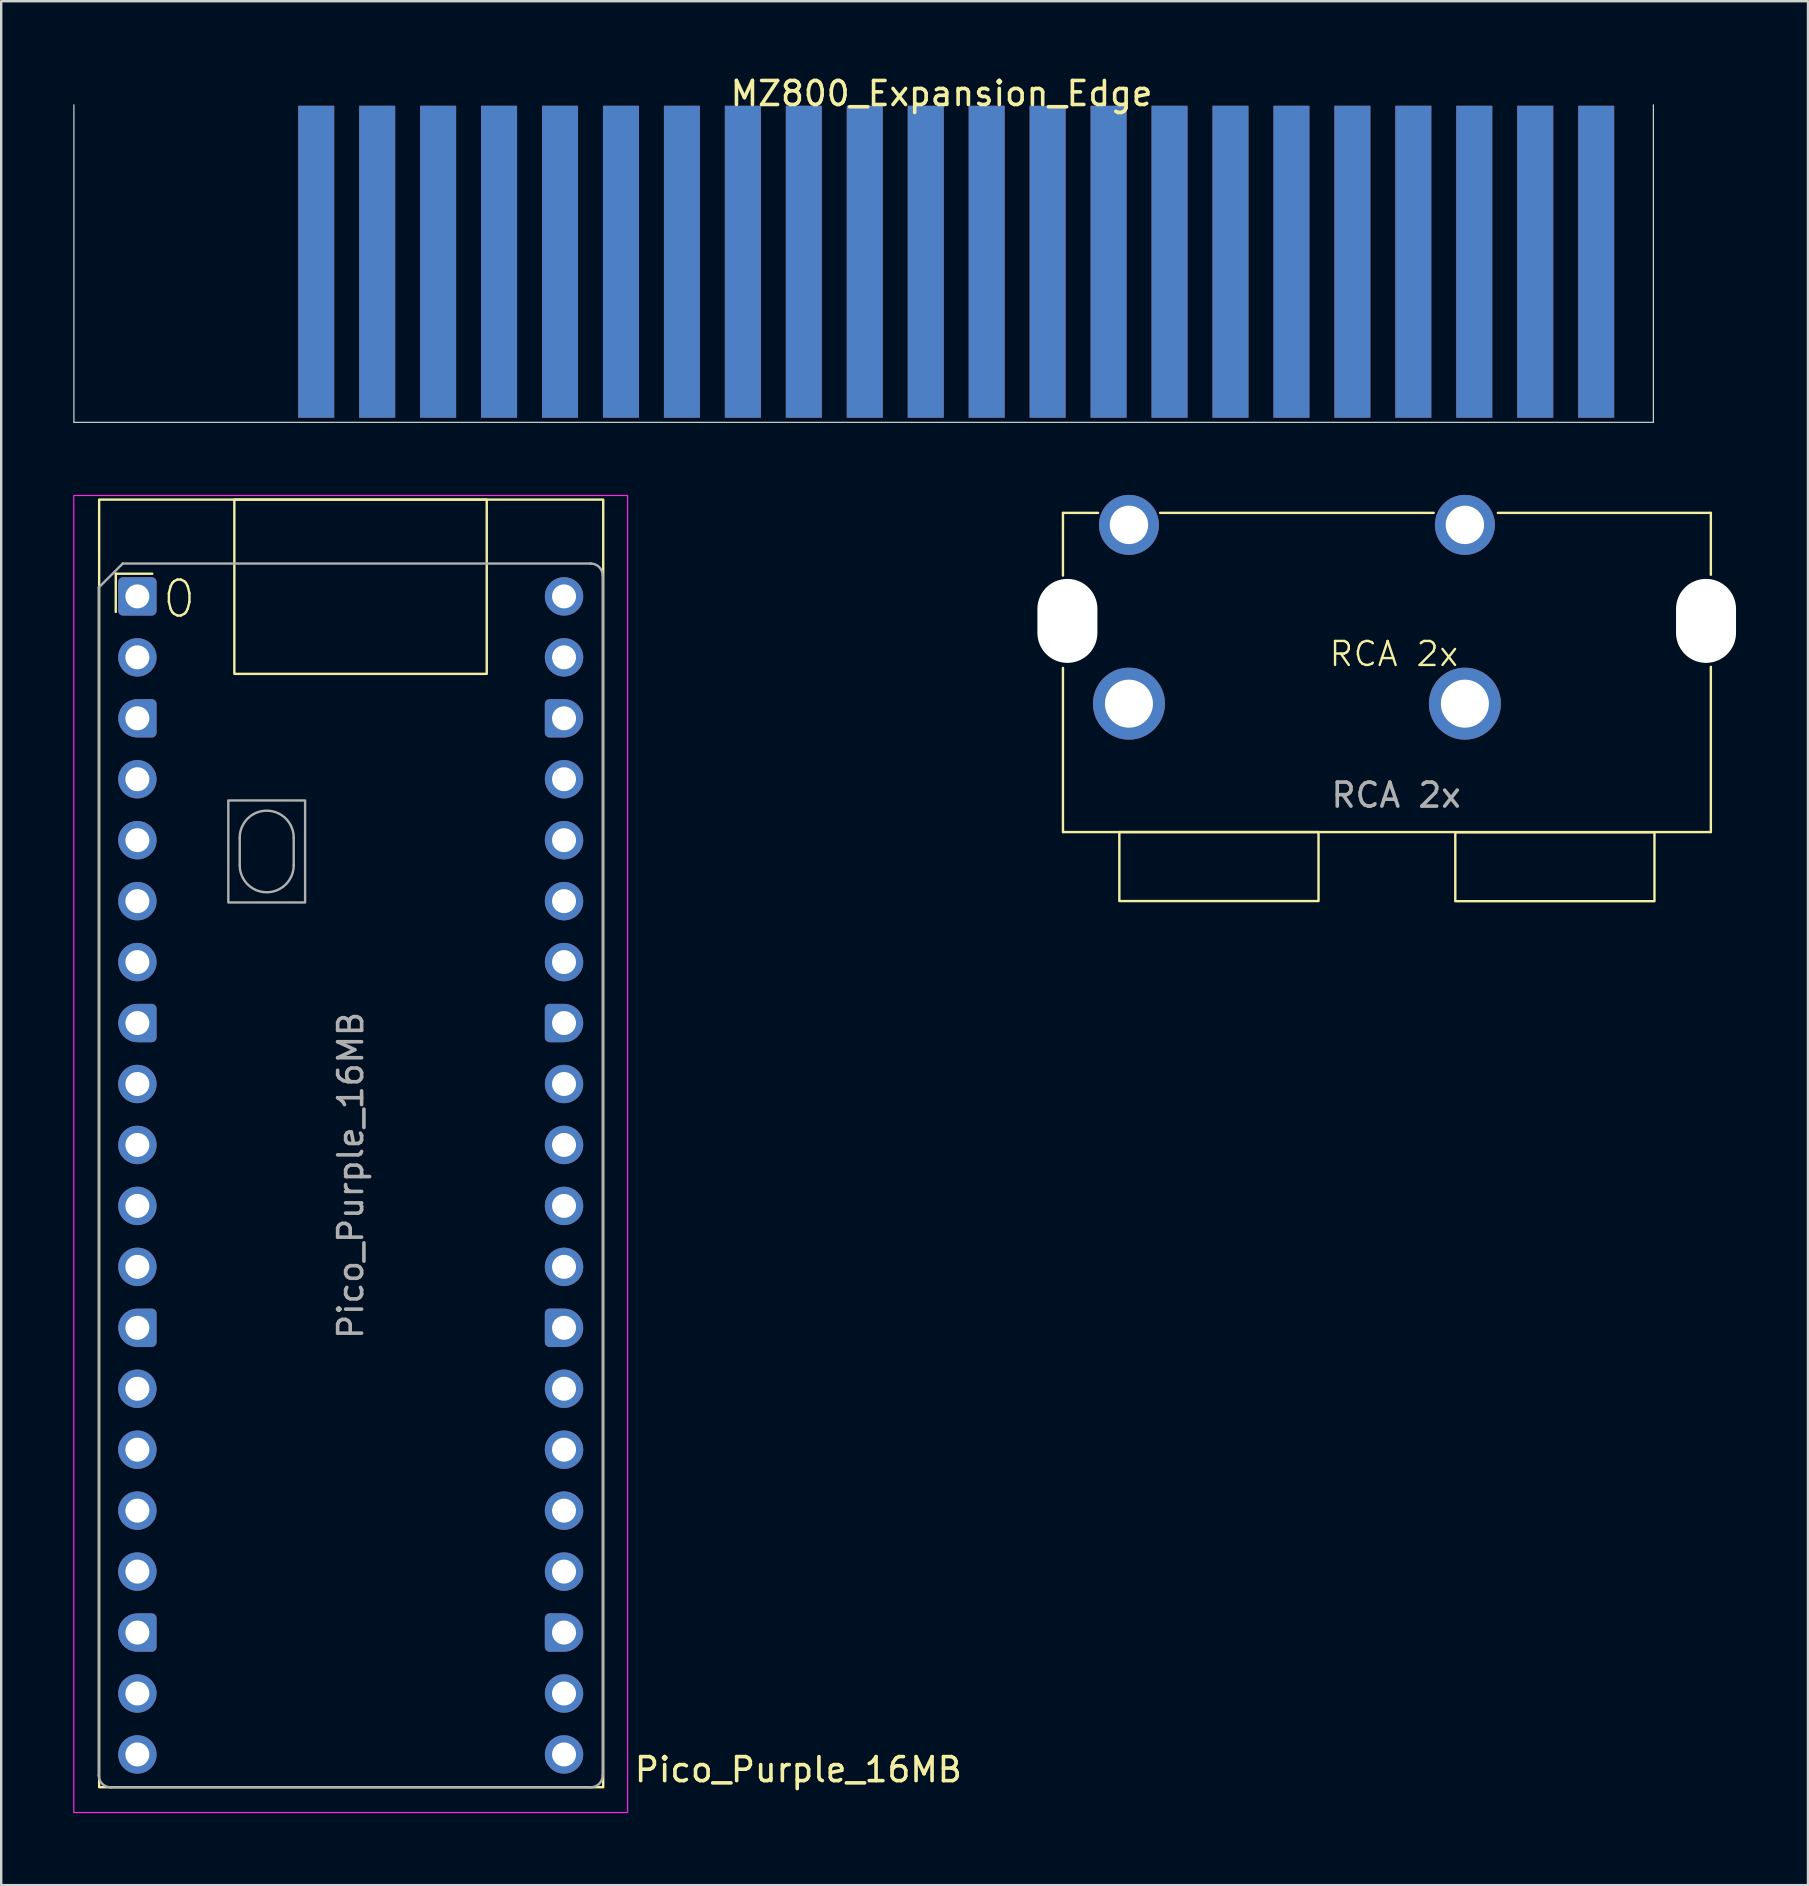
<source format=kicad_pcb>
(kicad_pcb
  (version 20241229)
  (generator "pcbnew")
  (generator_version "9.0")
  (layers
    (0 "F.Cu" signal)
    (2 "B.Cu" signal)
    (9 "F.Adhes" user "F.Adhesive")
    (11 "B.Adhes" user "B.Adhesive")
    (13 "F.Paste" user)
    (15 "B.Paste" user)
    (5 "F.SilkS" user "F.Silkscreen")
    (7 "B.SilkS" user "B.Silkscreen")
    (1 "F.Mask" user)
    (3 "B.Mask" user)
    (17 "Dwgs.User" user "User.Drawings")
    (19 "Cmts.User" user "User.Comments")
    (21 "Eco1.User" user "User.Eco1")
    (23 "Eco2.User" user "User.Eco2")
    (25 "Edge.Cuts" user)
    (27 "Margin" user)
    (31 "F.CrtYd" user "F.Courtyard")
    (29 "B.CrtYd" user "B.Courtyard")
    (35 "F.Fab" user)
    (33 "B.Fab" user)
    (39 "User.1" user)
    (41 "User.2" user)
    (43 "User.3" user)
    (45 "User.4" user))
  (footprint "Pico_Purple_16MB"
    (layer "F.Cu")
    (at 2.675 21.804)
    (property "Reference" "Pico_Purple_16MB" (at 20.637 48.895 0) (unlocked yes) (layer "F.SilkS") (effects (font (size 1 1) (thickness 0.15)) (justify left)))
    (attr through_hole)
    (fp_line (start -0.901 0.646) (end -0.899 -0.944) (stroke (width 0.1) (type default)) (layer "F.SilkS"))
    (fp_line (start -0.899 -0.944) (end 0.621 -0.944) (stroke (width 0.1) (type default)) (layer "F.SilkS"))
    (fp_rect (start -1.593 -4.034) (end 19.413 49.626) (stroke (width 0.1) (type default)) (fill no) (layer "F.SilkS"))
    (fp_rect (start 4.041 -4.034) (end 14.559 3.227) (stroke (width 0.1) (type default)) (fill no) (layer "F.SilkS"))
    (fp_poly (pts (xy 4.39 -4.205) (xy 13.39 -4.205) (xy 20.43 -4.205) (xy 20.43 50.68) (xy -2.65 50.68) (xy -2.65 -4.205) (xy 4.39 -4.205)) (stroke (width 0.05) (type solid)) (fill no) (layer "F.CrtYd"))
    (fp_line (start -1.61 -0.37) (end -0.61 -1.37) (stroke (width 0.1) (type solid)) (layer "F.Fab"))
    (fp_line (start -1.61 49.13) (end -1.61 -0.37) (stroke (width 0.1) (type solid)) (layer "F.Fab"))
    (fp_line (start -0.61 -1.37) (end 18.89 -1.37) (stroke (width 0.1) (type solid)) (layer "F.Fab"))
    (fp_line (start 4.265 10.055) (end 4.265 11.205) (stroke (width 0.1) (type solid)) (layer "F.Fab"))
    (fp_line (start 6.515 10.055) (end 6.515 11.205) (stroke (width 0.1) (type solid)) (layer "F.Fab"))
    (fp_line (start 18.89 49.63) (end -1.11 49.63) (stroke (width 0.1) (type solid)) (layer "F.Fab"))
    (fp_line (start 19.39 -0.87) (end 19.39 49.13) (stroke (width 0.1) (type solid)) (layer "F.Fab"))
    (fp_rect (start 3.79 8.505) (end 6.99 12.755) (stroke (width 0.1) (type solid)) (fill no) (layer "F.Fab"))
    (fp_arc (start -1.11 49.63) (mid -1.463553 49.483553) (end -1.61 49.13) (stroke (width 0.1) (type solid)) (layer "F.Fab"))
    (fp_arc (start 4.265 10.055) (mid 5.39 8.93) (end 6.515 10.055) (stroke (width 0.1) (type solid)) (layer "F.Fab"))
    (fp_arc (start 6.515 11.205) (mid 5.39 12.33) (end 4.265 11.205) (stroke (width 0.1) (type solid)) (layer "F.Fab"))
    (fp_arc (start 18.89 -1.37) (mid 19.243553 -1.223553) (end 19.39 -0.87) (stroke (width 0.1) (type solid)) (layer "F.Fab"))
    (fp_arc (start 19.39 49.13) (mid 19.243553 49.483553) (end 18.89 49.63) (stroke (width 0.1) (type solid)) (layer "F.Fab"))
    (fp_text user "0" (at 0.961 0.985 0) (unlocked yes) (layer "F.SilkS") (effects (font (size 1.5 1.5) (thickness 0.1)) (justify left bottom)))
    (fp_text user "${REFERENCE}" (at 8.89 24.13 90) (layer "F.Fab") (effects (font (size 1 1) (thickness 0.15))))
    (pad "1" thru_hole roundrect (at 0 0) (size 1.6 1.6) (drill 1) (layers "*.Cu" "*.Mask") (roundrect_rratio 0.125))
    (pad "2" thru_hole circle (at 0 2.54) (size 1.6 1.6) (drill 1) (layers "*.Cu" "*.Mask"))
    (pad "3" thru_hole custom (at 0 5.08) (size 1.6 1.6) (drill 1) (layers "*.Cu" "*.Mask") (options (anchor circle)) (primitives (gr_poly (pts (xy 0.8 0.6) (xy 0.8 -0.6) (xy 0.6 -0.8) (xy 0 -0.8) (xy 0 0.8) (xy 0.6 0.8)) (width 0) (fill yes)) (gr_circle (center 0.6 0.6) (end 0.8 0.6) (width 0) (fill yes)) (gr_circle (center 0.6 -0.6) (end 0.8 -0.6) (width 0) (fill yes))))
    (pad "4" thru_hole circle (at 0 7.62) (size 1.6 1.6) (drill 1) (layers "*.Cu" "*.Mask"))
    (pad "5" thru_hole circle (at 0 10.16) (size 1.6 1.6) (drill 1) (layers "*.Cu" "*.Mask"))
    (pad "6" thru_hole circle (at 0 12.7) (size 1.6 1.6) (drill 1) (layers "*.Cu" "*.Mask"))
    (pad "7" thru_hole circle (at 0 15.24) (size 1.6 1.6) (drill 1) (layers "*.Cu" "*.Mask"))
    (pad "8" thru_hole custom (at 0 17.78) (size 1.6 1.6) (drill 1) (layers "*.Cu" "*.Mask") (options (anchor circle)) (primitives (gr_poly (pts (xy 0.8 0.6) (xy 0.8 -0.6) (xy 0.6 -0.8) (xy 0 -0.8) (xy 0 0.8) (xy 0.6 0.8)) (width 0) (fill yes)) (gr_circle (center 0.6 0.6) (end 0.8 0.6) (width 0) (fill yes)) (gr_circle (center 0.6 -0.6) (end 0.8 -0.6) (width 0) (fill yes))))
    (pad "9" thru_hole circle (at 0 20.32) (size 1.6 1.6) (drill 1) (layers "*.Cu" "*.Mask"))
    (pad "10" thru_hole circle (at 0 22.86) (size 1.6 1.6) (drill 1) (layers "*.Cu" "*.Mask"))
    (pad "11" thru_hole circle (at 0 25.4) (size 1.6 1.6) (drill 1) (layers "*.Cu" "*.Mask"))
    (pad "12" thru_hole circle (at 0 27.94) (size 1.6 1.6) (drill 1) (layers "*.Cu" "*.Mask"))
    (pad "13" thru_hole custom (at 0 30.48) (size 1.6 1.6) (drill 1) (layers "*.Cu" "*.Mask") (options (anchor circle)) (primitives (gr_poly (pts (xy 0.8 0.6) (xy 0.8 -0.6) (xy 0.6 -0.8) (xy 0 -0.8) (xy 0 0.8) (xy 0.6 0.8)) (width 0) (fill yes)) (gr_circle (center 0.6 0.6) (end 0.8 0.6) (width 0) (fill yes)) (gr_circle (center 0.6 -0.6) (end 0.8 -0.6) (width 0) (fill yes))))
    (pad "14" thru_hole circle (at 0 33.02) (size 1.6 1.6) (drill 1) (layers "*.Cu" "*.Mask"))
    (pad "15" thru_hole circle (at 0 35.56) (size 1.6 1.6) (drill 1) (layers "*.Cu" "*.Mask"))
    (pad "16" thru_hole circle (at 0 38.1) (size 1.6 1.6) (drill 1) (layers "*.Cu" "*.Mask"))
    (pad "17" thru_hole circle (at 0 40.64) (size 1.6 1.6) (drill 1) (layers "*.Cu" "*.Mask"))
    (pad "18" thru_hole custom (at 0 43.18) (size 1.6 1.6) (drill 1) (layers "*.Cu" "*.Mask") (options (anchor circle)) (primitives (gr_poly (pts (xy 0.8 0.6) (xy 0.8 -0.6) (xy 0.6 -0.8) (xy 0 -0.8) (xy 0 0.8) (xy 0.6 0.8)) (width 0) (fill yes)) (gr_circle (center 0.6 0.6) (end 0.8 0.6) (width 0) (fill yes)) (gr_circle (center 0.6 -0.6) (end 0.8 -0.6) (width 0) (fill yes))))
    (pad "19" thru_hole circle (at 0 45.72) (size 1.6 1.6) (drill 1) (layers "*.Cu" "*.Mask"))
    (pad "20" thru_hole circle (at 0 48.26) (size 1.6 1.6) (drill 1) (layers "*.Cu" "*.Mask"))
    (pad "21" thru_hole circle (at 17.78 48.26) (size 1.6 1.6) (drill 1) (layers "*.Cu" "*.Mask"))
    (pad "22" thru_hole circle (at 17.78 45.72) (size 1.6 1.6) (drill 1) (layers "*.Cu" "*.Mask"))
    (pad "23" thru_hole custom (at 17.78 43.18) (size 1.6 1.6) (drill 1) (layers "*.Cu" "*.Mask") (options (anchor circle)) (primitives (gr_poly (pts (xy -0.8 0.6) (xy -0.8 -0.6) (xy -0.6 -0.8) (xy 0 -0.8) (xy 0 0.8) (xy -0.6 0.8)) (width 0) (fill yes)) (gr_circle (center -0.6 0.6) (end -0.4 0.6) (width 0) (fill yes)) (gr_circle (center -0.6 -0.6) (end -0.4 -0.6) (width 0) (fill yes))))
    (pad "24" thru_hole circle (at 17.78 40.64) (size 1.6 1.6) (drill 1) (layers "*.Cu" "*.Mask"))
    (pad "25" thru_hole circle (at 17.78 38.1) (size 1.6 1.6) (drill 1) (layers "*.Cu" "*.Mask"))
    (pad "26" thru_hole circle (at 17.78 35.56) (size 1.6 1.6) (drill 1) (layers "*.Cu" "*.Mask"))
    (pad "27" thru_hole circle (at 17.78 33.02) (size 1.6 1.6) (drill 1) (layers "*.Cu" "*.Mask"))
    (pad "28" thru_hole custom (at 17.78 30.48) (size 1.6 1.6) (drill 1) (layers "*.Cu" "*.Mask") (options (anchor circle)) (primitives (gr_poly (pts (xy -0.8 0.6) (xy -0.8 -0.6) (xy -0.6 -0.8) (xy 0 -0.8) (xy 0 0.8) (xy -0.6 0.8)) (width 0) (fill yes)) (gr_circle (center -0.6 0.6) (end -0.4 0.6) (width 0) (fill yes)) (gr_circle (center -0.6 -0.6) (end -0.4 -0.6) (width 0) (fill yes))))
    (pad "29" thru_hole circle (at 17.78 27.94) (size 1.6 1.6) (drill 1) (layers "*.Cu" "*.Mask"))
    (pad "30" thru_hole circle (at 17.78 25.4) (size 1.6 1.6) (drill 1) (layers "*.Cu" "*.Mask"))
    (pad "31" thru_hole circle (at 17.78 22.86) (size 1.6 1.6) (drill 1) (layers "*.Cu" "*.Mask"))
    (pad "32" thru_hole circle (at 17.78 20.32) (size 1.6 1.6) (drill 1) (layers "*.Cu" "*.Mask"))
    (pad "33" thru_hole custom (at 17.78 17.78) (size 1.6 1.6) (drill 1) (layers "*.Cu" "*.Mask") (options (anchor circle)) (primitives (gr_poly (pts (xy -0.8 0.6) (xy -0.8 -0.6) (xy -0.6 -0.8) (xy 0 -0.8) (xy 0 0.8) (xy -0.6 0.8)) (width 0) (fill yes)) (gr_circle (center -0.6 0.6) (end -0.4 0.6) (width 0) (fill yes)) (gr_circle (center -0.6 -0.6) (end -0.4 -0.6) (width 0) (fill yes))))
    (pad "34" thru_hole circle (at 17.78 15.24) (size 1.6 1.6) (drill 1) (layers "*.Cu" "*.Mask"))
    (pad "35" thru_hole circle (at 17.78 12.7) (size 1.6 1.6) (drill 1) (layers "*.Cu" "*.Mask"))
    (pad "36" thru_hole circle (at 17.78 10.16) (size 1.6 1.6) (drill 1) (layers "*.Cu" "*.Mask"))
    (pad "37" thru_hole circle (at 17.78 7.62) (size 1.6 1.6) (drill 1) (layers "*.Cu" "*.Mask"))
    (pad "38" thru_hole custom (at 17.78 5.08) (size 1.6 1.6) (drill 1) (layers "*.Cu" "*.Mask") (options (anchor circle)) (primitives (gr_poly (pts (xy -0.8 0.6) (xy -0.8 -0.6) (xy -0.6 -0.8) (xy 0 -0.8) (xy 0 0.8) (xy -0.6 0.8)) (width 0) (fill yes)) (gr_circle (center -0.6 0.6) (end -0.4 0.6) (width 0) (fill yes)) (gr_circle (center -0.6 -0.6) (end -0.4 -0.6) (width 0) (fill yes))))
    (pad "39" thru_hole circle (at 17.78 2.54) (size 1.6 1.6) (drill 1) (layers "*.Cu" "*.Mask"))
    (pad "40" thru_hole circle (at 17.78 0) (size 1.6 1.6) (drill 1) (layers "*.Cu" "*.Mask")))
  (footprint "MZ800_Expansion_Edge"
    (layer "F.Cu")
    (at 36.798 7.655)
    (property "Reference" "MZ800_Expansion_Edge" (at -0.61 -6.807 0) (layer "F.SilkS") (effects (font (size 1 1) (thickness 0.15))))
    (attr exclude_from_pos_files exclude_from_bom)
    (fp_line (start -36.773 6.894) (end 29.054 6.894) (stroke (width 0.05) (type default)) (layer "Edge.Cuts"))
    (fp_line (start -36.768 -6.335) (end -36.768 6.894) (stroke (width 0.05) (type solid)) (layer "Edge.Cuts"))
    (fp_line (start 29.054 6.894) (end 29.054 -6.335) (stroke (width 0.05) (type default)) (layer "Edge.Cuts"))
    (pad "1" connect rect (at 26.67 0.203) (size 1.5 13) (layers "F.Cu" "F.Mask"))
    (pad "2" connect rect (at 26.67 0.203) (size 1.5 13) (layers "B.Cu" "B.Mask"))
    (pad "3" connect rect (at 24.13 0.203) (size 1.5 13) (layers "F.Cu" "F.Mask"))
    (pad "4" connect rect (at 24.13 0.203) (size 1.5 13) (layers "B.Cu" "B.Mask"))
    (pad "5" connect rect (at 21.59 0.203) (size 1.5 13) (layers "F.Cu" "F.Mask"))
    (pad "6" connect rect (at 21.59 0.203) (size 1.5 13) (layers "B.Cu" "B.Mask"))
    (pad "7" connect rect (at 19.05 0.203) (size 1.5 13) (layers "F.Cu" "F.Mask"))
    (pad "8" connect rect (at 19.05 0.203) (size 1.5 13) (layers "B.Cu" "B.Mask"))
    (pad "9" connect rect (at 16.51 0.203) (size 1.5 13) (layers "F.Cu" "F.Mask"))
    (pad "10" connect rect (at 16.51 0.203) (size 1.5 13) (layers "B.Cu" "B.Mask"))
    (pad "11" connect rect (at 13.97 0.203) (size 1.5 13) (layers "F.Cu" "F.Mask"))
    (pad "12" connect rect (at 13.97 0.203) (size 1.5 13) (layers "B.Cu" "B.Mask"))
    (pad "13" connect rect (at 11.43 0.203) (size 1.5 13) (layers "F.Cu" "F.Mask"))
    (pad "14" connect rect (at 11.43 0.203) (size 1.5 13) (layers "B.Cu" "B.Mask"))
    (pad "15" connect rect (at 8.89 0.203) (size 1.5 13) (layers "F.Cu" "F.Mask"))
    (pad "16" connect rect (at 8.89 0.203) (size 1.5 13) (layers "B.Cu" "B.Mask"))
    (pad "17" connect rect (at 6.35 0.203) (size 1.5 13) (layers "F.Cu" "F.Mask"))
    (pad "18" connect rect (at 6.35 0.203) (size 1.5 13) (layers "B.Cu" "B.Mask"))
    (pad "19" connect rect (at 3.81 0.203) (size 1.5 13) (layers "F.Cu" "F.Mask"))
    (pad "20" connect rect (at 3.81 0.203) (size 1.5 13) (layers "B.Cu" "B.Mask"))
    (pad "21" connect rect (at 1.27 0.203) (size 1.5 13) (layers "F.Cu" "F.Mask"))
    (pad "22" connect rect (at 1.27 0.203) (size 1.5 13) (layers "B.Cu" "B.Mask"))
    (pad "23" connect rect (at -1.27 0.203) (size 1.5 13) (layers "F.Cu" "F.Mask"))
    (pad "24" connect rect (at -1.27 0.203) (size 1.5 13) (layers "B.Cu" "B.Mask"))
    (pad "25" connect rect (at -3.81 0.203) (size 1.5 13) (layers "F.Cu" "F.Mask"))
    (pad "26" connect rect (at -3.81 0.203) (size 1.5 13) (layers "B.Cu" "B.Mask"))
    (pad "27" connect rect (at -6.35 0.203) (size 1.5 13) (layers "F.Cu" "F.Mask"))
    (pad "28" connect rect (at -6.35 0.203) (size 1.5 13) (layers "B.Cu" "B.Mask"))
    (pad "29" connect rect (at -8.89 0.203) (size 1.5 13) (layers "F.Cu" "F.Mask"))
    (pad "30" connect rect (at -8.89 0.203) (size 1.5 13) (layers "B.Cu" "B.Mask"))
    (pad "31" connect rect (at -11.43 0.203) (size 1.5 13) (layers "F.Cu" "F.Mask"))
    (pad "32" connect rect (at -11.43 0.203) (size 1.5 13) (layers "B.Cu" "B.Mask"))
    (pad "33" connect rect (at -13.97 0.203) (size 1.5 13) (layers "F.Cu" "F.Mask"))
    (pad "34" connect rect (at -13.97 0.203) (size 1.5 13) (layers "B.Cu" "B.Mask"))
    (pad "35" connect rect (at -16.51 0.203) (size 1.5 13) (layers "F.Cu" "F.Mask"))
    (pad "36" connect rect (at -16.51 0.203) (size 1.5 13) (layers "B.Cu" "B.Mask"))
    (pad "37" connect rect (at -19.05 0.203) (size 1.5 13) (layers "F.Cu" "F.Mask"))
    (pad "38" connect rect (at -19.05 0.203) (size 1.5 13) (layers "B.Cu" "B.Mask"))
    (pad "39" connect rect (at -21.59 0.203) (size 1.5 13) (layers "F.Cu" "F.Mask"))
    (pad "40" connect rect (at -21.59 0.203) (size 1.5 13) (layers "B.Cu" "B.Mask"))
    (pad "41" connect rect (at -24.13 0.203) (size 1.5 13) (layers "F.Cu" "F.Mask"))
    (pad "42" connect rect (at -24.13 0.203) (size 1.5 13) (layers "B.Cu" "B.Mask"))
    (pad "43" connect rect (at -26.67 0.203) (size 1.5 13) (layers "F.Cu" "F.Mask"))
    (pad "44" connect rect (at -26.67 0.203) (size 1.5 13) (layers "B.Cu" "B.Mask")))
  (footprint "RCA 2x"
    (layer "F.Cu")
    (at 55.039 24.703)
    (property "Reference" "RCA 2x" (at 0 -0.5 0) (unlocked yes) (layer "F.SilkS") (effects (font (size 1 1) (thickness 0.1))))
    (attr board_only exclude_from_pos_files exclude_from_bom)
    (fp_line (start -13.792 -6.379) (end -13.792 -3.768) (stroke (width 0.1) (type default)) (layer "F.SilkS"))
    (fp_line (start -13.792 -6.379) (end -12.327 -6.379) (stroke (width 0.1) (type default)) (layer "F.SilkS"))
    (fp_line (start -13.792 6.921) (end -13.792 0.081) (stroke (width 0.1) (type default)) (layer "F.SilkS"))
    (fp_line (start -9.743 -6.379) (end 1.657 -6.379) (stroke (width 0.1) (type default)) (layer "F.SilkS"))
    (fp_line (start 13.208 -6.379) (end 4.331 -6.379) (stroke (width 0.1) (type default)) (layer "F.SilkS"))
    (fp_line (start 13.208 -6.379) (end 13.208 -3.801) (stroke (width 0.1) (type default)) (layer "F.SilkS"))
    (fp_line (start 13.208 6.921) (end -13.792 6.921) (stroke (width 0.1) (type default)) (layer "F.SilkS"))
    (fp_line (start 13.208 6.921) (end 13.208 0.036) (stroke (width 0.1) (type default)) (layer "F.SilkS"))
    (fp_rect (start -11.442 6.921) (end -3.142 9.797) (stroke (width 0.1) (type solid)) (fill no) (layer "F.SilkS"))
    (fp_rect (start 2.558 6.929) (end 10.858 9.804) (stroke (width 0.1) (type solid)) (fill no) (layer "F.SilkS"))
    (fp_text user "${REFERENCE}" (at 0.092 5.384 0) (unlocked yes) (layer "F.Fab") (effects (font (size 1 1) (thickness 0.15))))
    (pad "" np_thru_hole oval (at -13.607 -1.879) (size 2.5 3.5) (drill oval 2.5 3.5) (layers "*.Cu" "*.Mask"))
    (pad "" np_thru_hole oval (at 13.007 -1.879) (size 2.5 3.5) (drill oval 2.5 3.5) (layers "*.Cu" "*.Mask"))
    (pad "1" thru_hole circle (at -11.042 -5.879) (size 2.5 2.5) (drill 1.6) (layers "*.Cu" "*.Mask"))
    (pad "2" thru_hole circle (at 2.958 -5.879) (size 2.5 2.5) (drill 1.6) (layers "*.Cu" "*.Mask"))
    (pad "3" thru_hole circle (at -11.042 1.571) (size 3 3) (drill 2) (layers "*.Cu" "*.Mask"))
    (pad "4" thru_hole circle (at 2.958 1.571) (size 3 3) (drill 2) (layers "*.Cu" "*.Mask")))
  (gr_rect
    (start -3 -3)
    (end 72.295 75.509)
    (stroke (width 0.1) (type default))
    (fill no)
    (layer "Edge.Cuts")))
</source>
